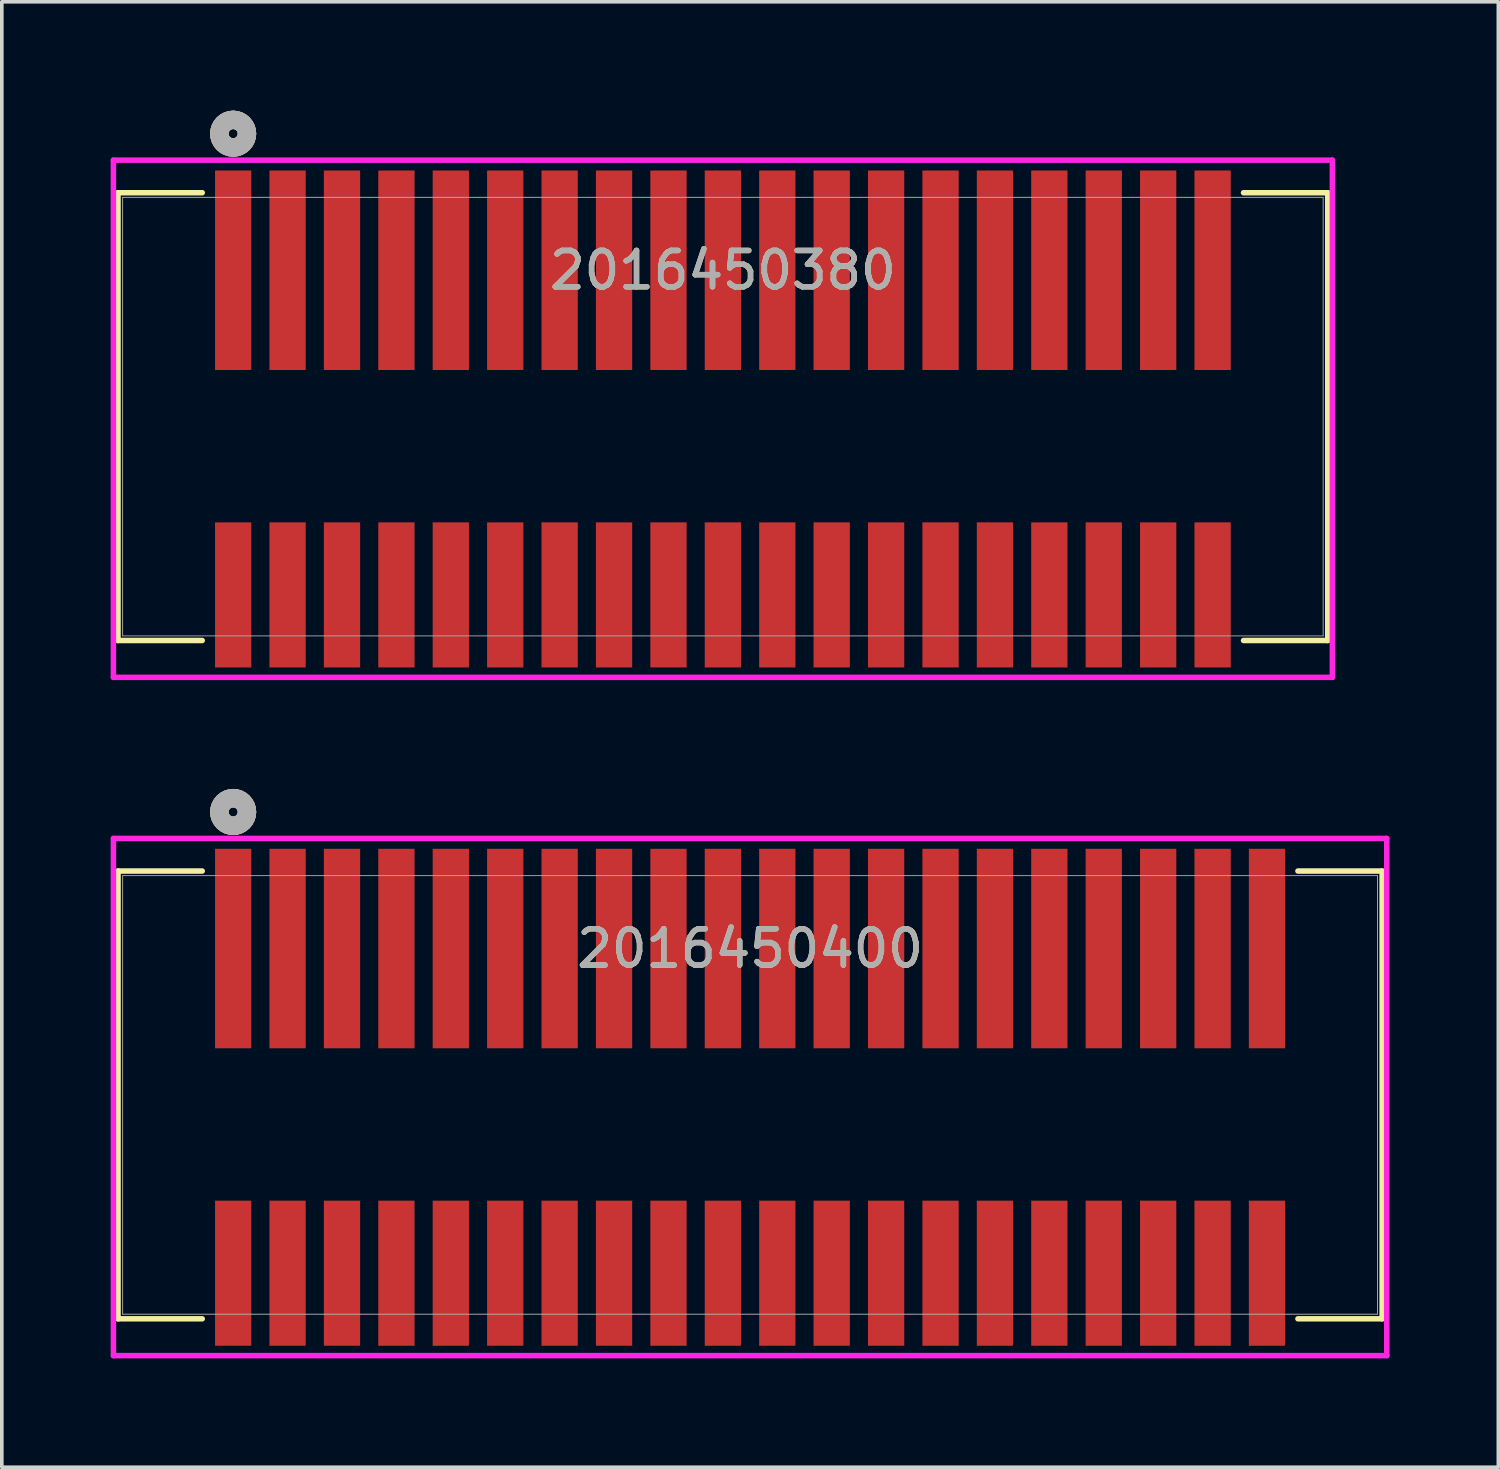
<source format=kicad_pcb>
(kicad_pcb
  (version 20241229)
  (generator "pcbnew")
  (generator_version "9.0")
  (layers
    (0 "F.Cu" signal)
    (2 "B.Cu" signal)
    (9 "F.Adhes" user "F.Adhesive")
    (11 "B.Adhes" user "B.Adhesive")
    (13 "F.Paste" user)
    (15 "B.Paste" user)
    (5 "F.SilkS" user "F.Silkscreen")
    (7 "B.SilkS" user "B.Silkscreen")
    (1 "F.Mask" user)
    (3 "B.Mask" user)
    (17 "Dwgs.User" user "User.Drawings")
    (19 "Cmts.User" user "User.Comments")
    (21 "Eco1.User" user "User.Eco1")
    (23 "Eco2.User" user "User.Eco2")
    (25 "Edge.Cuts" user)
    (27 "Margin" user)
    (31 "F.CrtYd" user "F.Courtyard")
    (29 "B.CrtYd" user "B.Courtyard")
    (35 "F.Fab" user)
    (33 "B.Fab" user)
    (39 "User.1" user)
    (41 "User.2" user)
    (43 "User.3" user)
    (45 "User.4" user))
  (footprint "2016450400"
    (layer "F.Cu")
    (at 17.628 27.134)
    (property "Reference" "2016450400" (at 0 -4.035 0) (unlocked yes) (layer "F.SilkS") (effects (font (size 1 1) (thickness 0.15))))
    (attr smd)
    (fp_line (start -17.424 -6.172) (end -17.424 6.172) (stroke (width 0.152) (type solid)) (layer "F.SilkS"))
    (fp_line (start -17.424 6.172) (end -15.103 6.172) (stroke (width 0.152) (type solid)) (layer "F.SilkS"))
    (fp_line (start -15.103 -6.172) (end -17.424 -6.172) (stroke (width 0.152) (type solid)) (layer "F.SilkS"))
    (fp_line (start 15.103 6.172) (end 17.424 6.172) (stroke (width 0.152) (type solid)) (layer "F.SilkS"))
    (fp_line (start 17.424 -6.172) (end 15.103 -6.172) (stroke (width 0.152) (type solid)) (layer "F.SilkS"))
    (fp_line (start 17.424 6.172) (end 17.424 -6.172) (stroke (width 0.152) (type solid)) (layer "F.SilkS"))
    (fp_circle (center -14.25 -7.8) (end -13.869 -7.8) (stroke (width 0.508) (type solid)) (fill no) (layer "F.SilkS"))
    (fp_circle (center -14.25 -7.8) (end -13.869 -7.8) (stroke (width 0.508) (type solid)) (fill no) (layer "B.SilkS"))
    (fp_line (start -17.551 -7.07) (end -17.551 7.188) (stroke (width 0.152) (type solid)) (layer "F.CrtYd"))
    (fp_line (start -17.551 7.188) (end 17.551 7.188) (stroke (width 0.152) (type solid)) (layer "F.CrtYd"))
    (fp_line (start 17.551 -7.07) (end -17.551 -7.07) (stroke (width 0.152) (type solid)) (layer "F.CrtYd"))
    (fp_line (start 17.551 7.188) (end 17.551 -7.07) (stroke (width 0.152) (type solid)) (layer "F.CrtYd"))
    (fp_line (start -17.297 -6.045) (end -17.297 6.045) (stroke (width 0.025) (type solid)) (layer "F.Fab"))
    (fp_line (start -17.297 6.045) (end 17.297 6.045) (stroke (width 0.025) (type solid)) (layer "F.Fab"))
    (fp_line (start 17.297 -6.045) (end -17.297 -6.045) (stroke (width 0.025) (type solid)) (layer "F.Fab"))
    (fp_line (start 17.297 6.045) (end 17.297 -6.045) (stroke (width 0.025) (type solid)) (layer "F.Fab"))
    (fp_circle (center -14.25 -7.8) (end -13.869 -7.8) (stroke (width 0.508) (type solid)) (fill no) (layer "F.Fab"))
    (fp_text user "${REFERENCE}" (at 0 -4.035 0) (unlocked yes) (layer "F.Fab") (effects (font (size 1 1) (thickness 0.15))))
    (pad "1" smd rect (at -14.25 -4.035) (size 1 5.5) (layers "F.Cu" "F.Mask" "F.Paste"))
    (pad "2" smd rect (at -12.75 -4.035) (size 1 5.5) (layers "F.Cu" "F.Mask" "F.Paste"))
    (pad "3" smd rect (at -11.25 -4.035) (size 1 5.5) (layers "F.Cu" "F.Mask" "F.Paste"))
    (pad "4" smd rect (at -9.75 -4.035) (size 1 5.5) (layers "F.Cu" "F.Mask" "F.Paste"))
    (pad "5" smd rect (at -8.25 -4.035) (size 1 5.5) (layers "F.Cu" "F.Mask" "F.Paste"))
    (pad "6" smd rect (at -6.75 -4.035) (size 1 5.5) (layers "F.Cu" "F.Mask" "F.Paste"))
    (pad "7" smd rect (at -5.25 -4.035) (size 1 5.5) (layers "F.Cu" "F.Mask" "F.Paste"))
    (pad "8" smd rect (at -3.75 -4.035) (size 1 5.5) (layers "F.Cu" "F.Mask" "F.Paste"))
    (pad "9" smd rect (at -2.25 -4.035) (size 1 5.5) (layers "F.Cu" "F.Mask" "F.Paste"))
    (pad "10" smd rect (at -0.75 -4.035) (size 1 5.5) (layers "F.Cu" "F.Mask" "F.Paste"))
    (pad "11" smd rect (at 0.75 -4.035) (size 1 5.5) (layers "F.Cu" "F.Mask" "F.Paste"))
    (pad "12" smd rect (at 2.25 -4.035) (size 1 5.5) (layers "F.Cu" "F.Mask" "F.Paste"))
    (pad "13" smd rect (at 3.75 -4.035) (size 1 5.5) (layers "F.Cu" "F.Mask" "F.Paste"))
    (pad "14" smd rect (at 5.25 -4.035) (size 1 5.5) (layers "F.Cu" "F.Mask" "F.Paste"))
    (pad "15" smd rect (at 6.75 -4.035) (size 1 5.5) (layers "F.Cu" "F.Mask" "F.Paste"))
    (pad "16" smd rect (at 8.25 -4.035) (size 1 5.5) (layers "F.Cu" "F.Mask" "F.Paste"))
    (pad "17" smd rect (at 9.75 -4.035) (size 1 5.5) (layers "F.Cu" "F.Mask" "F.Paste"))
    (pad "18" smd rect (at 11.25 -4.035) (size 1 5.5) (layers "F.Cu" "F.Mask" "F.Paste"))
    (pad "19" smd rect (at 12.75 -4.035) (size 1 5.5) (layers "F.Cu" "F.Mask" "F.Paste"))
    (pad "20" smd rect (at 14.25 -4.035) (size 1 5.5) (layers "F.Cu" "F.Mask" "F.Paste"))
    (pad "21" smd rect (at -14.25 4.915) (size 1 4) (layers "F.Cu" "F.Mask" "F.Paste"))
    (pad "22" smd rect (at -12.75 4.915) (size 1 4) (layers "F.Cu" "F.Mask" "F.Paste"))
    (pad "23" smd rect (at -11.25 4.915) (size 1 4) (layers "F.Cu" "F.Mask" "F.Paste"))
    (pad "24" smd rect (at -9.75 4.915) (size 1 4) (layers "F.Cu" "F.Mask" "F.Paste"))
    (pad "25" smd rect (at -8.25 4.915) (size 1 4) (layers "F.Cu" "F.Mask" "F.Paste"))
    (pad "26" smd rect (at -6.75 4.915) (size 1 4) (layers "F.Cu" "F.Mask" "F.Paste"))
    (pad "27" smd rect (at -5.25 4.915) (size 1 4) (layers "F.Cu" "F.Mask" "F.Paste"))
    (pad "28" smd rect (at -3.75 4.915) (size 1 4) (layers "F.Cu" "F.Mask" "F.Paste"))
    (pad "29" smd rect (at -2.25 4.915) (size 1 4) (layers "F.Cu" "F.Mask" "F.Paste"))
    (pad "30" smd rect (at -0.75 4.915) (size 1 4) (layers "F.Cu" "F.Mask" "F.Paste"))
    (pad "31" smd rect (at 0.75 4.915) (size 1 4) (layers "F.Cu" "F.Mask" "F.Paste"))
    (pad "32" smd rect (at 2.25 4.915) (size 1 4) (layers "F.Cu" "F.Mask" "F.Paste"))
    (pad "33" smd rect (at 3.75 4.915) (size 1 4) (layers "F.Cu" "F.Mask" "F.Paste"))
    (pad "34" smd rect (at 5.25 4.915) (size 1 4) (layers "F.Cu" "F.Mask" "F.Paste"))
    (pad "35" smd rect (at 6.75 4.915) (size 1 4) (layers "F.Cu" "F.Mask" "F.Paste"))
    (pad "36" smd rect (at 8.25 4.915) (size 1 4) (layers "F.Cu" "F.Mask" "F.Paste"))
    (pad "37" smd rect (at 9.75 4.915) (size 1 4) (layers "F.Cu" "F.Mask" "F.Paste"))
    (pad "38" smd rect (at 11.25 4.915) (size 1 4) (layers "F.Cu" "F.Mask" "F.Paste"))
    (pad "39" smd rect (at 12.75 4.915) (size 1 4) (layers "F.Cu" "F.Mask" "F.Paste"))
    (pad "40" smd rect (at 14.25 4.915) (size 1 4) (layers "F.Cu" "F.Mask" "F.Paste")))
  (footprint "2016450380"
    (layer "F.Cu")
    (at 16.878 8.435)
    (property "Reference" "2016450380" (at 0 -4.035 0) (unlocked yes) (layer "F.SilkS") (effects (font (size 1 1) (thickness 0.15))))
    (attr smd)
    (fp_line (start -16.675 -6.172) (end -16.675 6.172) (stroke (width 0.152) (type solid)) (layer "F.SilkS"))
    (fp_line (start -16.675 6.172) (end -14.353 6.172) (stroke (width 0.152) (type solid)) (layer "F.SilkS"))
    (fp_line (start -14.353 -6.172) (end -16.675 -6.172) (stroke (width 0.152) (type solid)) (layer "F.SilkS"))
    (fp_line (start 14.353 6.172) (end 16.675 6.172) (stroke (width 0.152) (type solid)) (layer "F.SilkS"))
    (fp_line (start 16.675 -6.172) (end 14.353 -6.172) (stroke (width 0.152) (type solid)) (layer "F.SilkS"))
    (fp_line (start 16.675 6.172) (end 16.675 -6.172) (stroke (width 0.152) (type solid)) (layer "F.SilkS"))
    (fp_circle (center -13.5 -7.8) (end -13.119 -7.8) (stroke (width 0.508) (type solid)) (fill no) (layer "F.SilkS"))
    (fp_circle (center -13.5 -7.8) (end -13.119 -7.8) (stroke (width 0.508) (type solid)) (fill no) (layer "B.SilkS"))
    (fp_line (start -16.802 -7.07) (end -16.802 7.188) (stroke (width 0.152) (type solid)) (layer "F.CrtYd"))
    (fp_line (start -16.802 7.188) (end 16.802 7.188) (stroke (width 0.152) (type solid)) (layer "F.CrtYd"))
    (fp_line (start 16.802 -7.07) (end -16.802 -7.07) (stroke (width 0.152) (type solid)) (layer "F.CrtYd"))
    (fp_line (start 16.802 7.188) (end 16.802 -7.07) (stroke (width 0.152) (type solid)) (layer "F.CrtYd"))
    (fp_line (start -16.548 -6.045) (end -16.548 6.045) (stroke (width 0.025) (type solid)) (layer "F.Fab"))
    (fp_line (start -16.548 6.045) (end 16.548 6.045) (stroke (width 0.025) (type solid)) (layer "F.Fab"))
    (fp_line (start 16.548 -6.045) (end -16.548 -6.045) (stroke (width 0.025) (type solid)) (layer "F.Fab"))
    (fp_line (start 16.548 6.045) (end 16.548 -6.045) (stroke (width 0.025) (type solid)) (layer "F.Fab"))
    (fp_circle (center -13.5 -7.8) (end -13.119 -7.8) (stroke (width 0.508) (type solid)) (fill no) (layer "F.Fab"))
    (fp_text user "${REFERENCE}" (at 0 -4.035 0) (unlocked yes) (layer "F.Fab") (effects (font (size 1 1) (thickness 0.15))))
    (pad "1" smd rect (at -13.5 -4.035) (size 1 5.5) (layers "F.Cu" "F.Mask" "F.Paste"))
    (pad "2" smd rect (at -12 -4.035) (size 1 5.5) (layers "F.Cu" "F.Mask" "F.Paste"))
    (pad "3" smd rect (at -10.5 -4.035) (size 1 5.5) (layers "F.Cu" "F.Mask" "F.Paste"))
    (pad "4" smd rect (at -9 -4.035) (size 1 5.5) (layers "F.Cu" "F.Mask" "F.Paste"))
    (pad "5" smd rect (at -7.5 -4.035) (size 1 5.5) (layers "F.Cu" "F.Mask" "F.Paste"))
    (pad "6" smd rect (at -6 -4.035) (size 1 5.5) (layers "F.Cu" "F.Mask" "F.Paste"))
    (pad "7" smd rect (at -4.5 -4.035) (size 1 5.5) (layers "F.Cu" "F.Mask" "F.Paste"))
    (pad "8" smd rect (at -3 -4.035) (size 1 5.5) (layers "F.Cu" "F.Mask" "F.Paste"))
    (pad "9" smd rect (at -1.5 -4.035) (size 1 5.5) (layers "F.Cu" "F.Mask" "F.Paste"))
    (pad "10" smd rect (at 0 -4.035) (size 1 5.5) (layers "F.Cu" "F.Mask" "F.Paste"))
    (pad "11" smd rect (at 1.5 -4.035) (size 1 5.5) (layers "F.Cu" "F.Mask" "F.Paste"))
    (pad "12" smd rect (at 3 -4.035) (size 1 5.5) (layers "F.Cu" "F.Mask" "F.Paste"))
    (pad "13" smd rect (at 4.5 -4.035) (size 1 5.5) (layers "F.Cu" "F.Mask" "F.Paste"))
    (pad "14" smd rect (at 6 -4.035) (size 1 5.5) (layers "F.Cu" "F.Mask" "F.Paste"))
    (pad "15" smd rect (at 7.5 -4.035) (size 1 5.5) (layers "F.Cu" "F.Mask" "F.Paste"))
    (pad "16" smd rect (at 9 -4.035) (size 1 5.5) (layers "F.Cu" "F.Mask" "F.Paste"))
    (pad "17" smd rect (at 10.5 -4.035) (size 1 5.5) (layers "F.Cu" "F.Mask" "F.Paste"))
    (pad "18" smd rect (at 12 -4.035) (size 1 5.5) (layers "F.Cu" "F.Mask" "F.Paste"))
    (pad "19" smd rect (at 13.5 -4.035) (size 1 5.5) (layers "F.Cu" "F.Mask" "F.Paste"))
    (pad "20" smd rect (at -13.5 4.915) (size 1 4) (layers "F.Cu" "F.Mask" "F.Paste"))
    (pad "21" smd rect (at -12 4.915) (size 1 4) (layers "F.Cu" "F.Mask" "F.Paste"))
    (pad "22" smd rect (at -10.5 4.915) (size 1 4) (layers "F.Cu" "F.Mask" "F.Paste"))
    (pad "23" smd rect (at -9 4.915) (size 1 4) (layers "F.Cu" "F.Mask" "F.Paste"))
    (pad "24" smd rect (at -7.5 4.915) (size 1 4) (layers "F.Cu" "F.Mask" "F.Paste"))
    (pad "25" smd rect (at -6 4.915) (size 1 4) (layers "F.Cu" "F.Mask" "F.Paste"))
    (pad "26" smd rect (at -4.5 4.915) (size 1 4) (layers "F.Cu" "F.Mask" "F.Paste"))
    (pad "27" smd rect (at -3 4.915) (size 1 4) (layers "F.Cu" "F.Mask" "F.Paste"))
    (pad "28" smd rect (at -1.5 4.915) (size 1 4) (layers "F.Cu" "F.Mask" "F.Paste"))
    (pad "29" smd rect (at 0 4.915) (size 1 4) (layers "F.Cu" "F.Mask" "F.Paste"))
    (pad "30" smd rect (at 1.5 4.915) (size 1 4) (layers "F.Cu" "F.Mask" "F.Paste"))
    (pad "31" smd rect (at 3 4.915) (size 1 4) (layers "F.Cu" "F.Mask" "F.Paste"))
    (pad "32" smd rect (at 4.5 4.915) (size 1 4) (layers "F.Cu" "F.Mask" "F.Paste"))
    (pad "33" smd rect (at 6 4.915) (size 1 4) (layers "F.Cu" "F.Mask" "F.Paste"))
    (pad "34" smd rect (at 7.5 4.915) (size 1 4) (layers "F.Cu" "F.Mask" "F.Paste"))
    (pad "35" smd rect (at 9 4.915) (size 1 4) (layers "F.Cu" "F.Mask" "F.Paste"))
    (pad "36" smd rect (at 10.5 4.915) (size 1 4) (layers "F.Cu" "F.Mask" "F.Paste"))
    (pad "37" smd rect (at 12 4.915) (size 1 4) (layers "F.Cu" "F.Mask" "F.Paste"))
    (pad "38" smd rect (at 13.5 4.915) (size 1 4) (layers "F.Cu" "F.Mask" "F.Paste")))
  (gr_rect
    (start -3 -3)
    (end 38.255 37.398)
    (stroke (width 0.1) (type default))
    (fill no)
    (layer "Edge.Cuts")))
</source>
